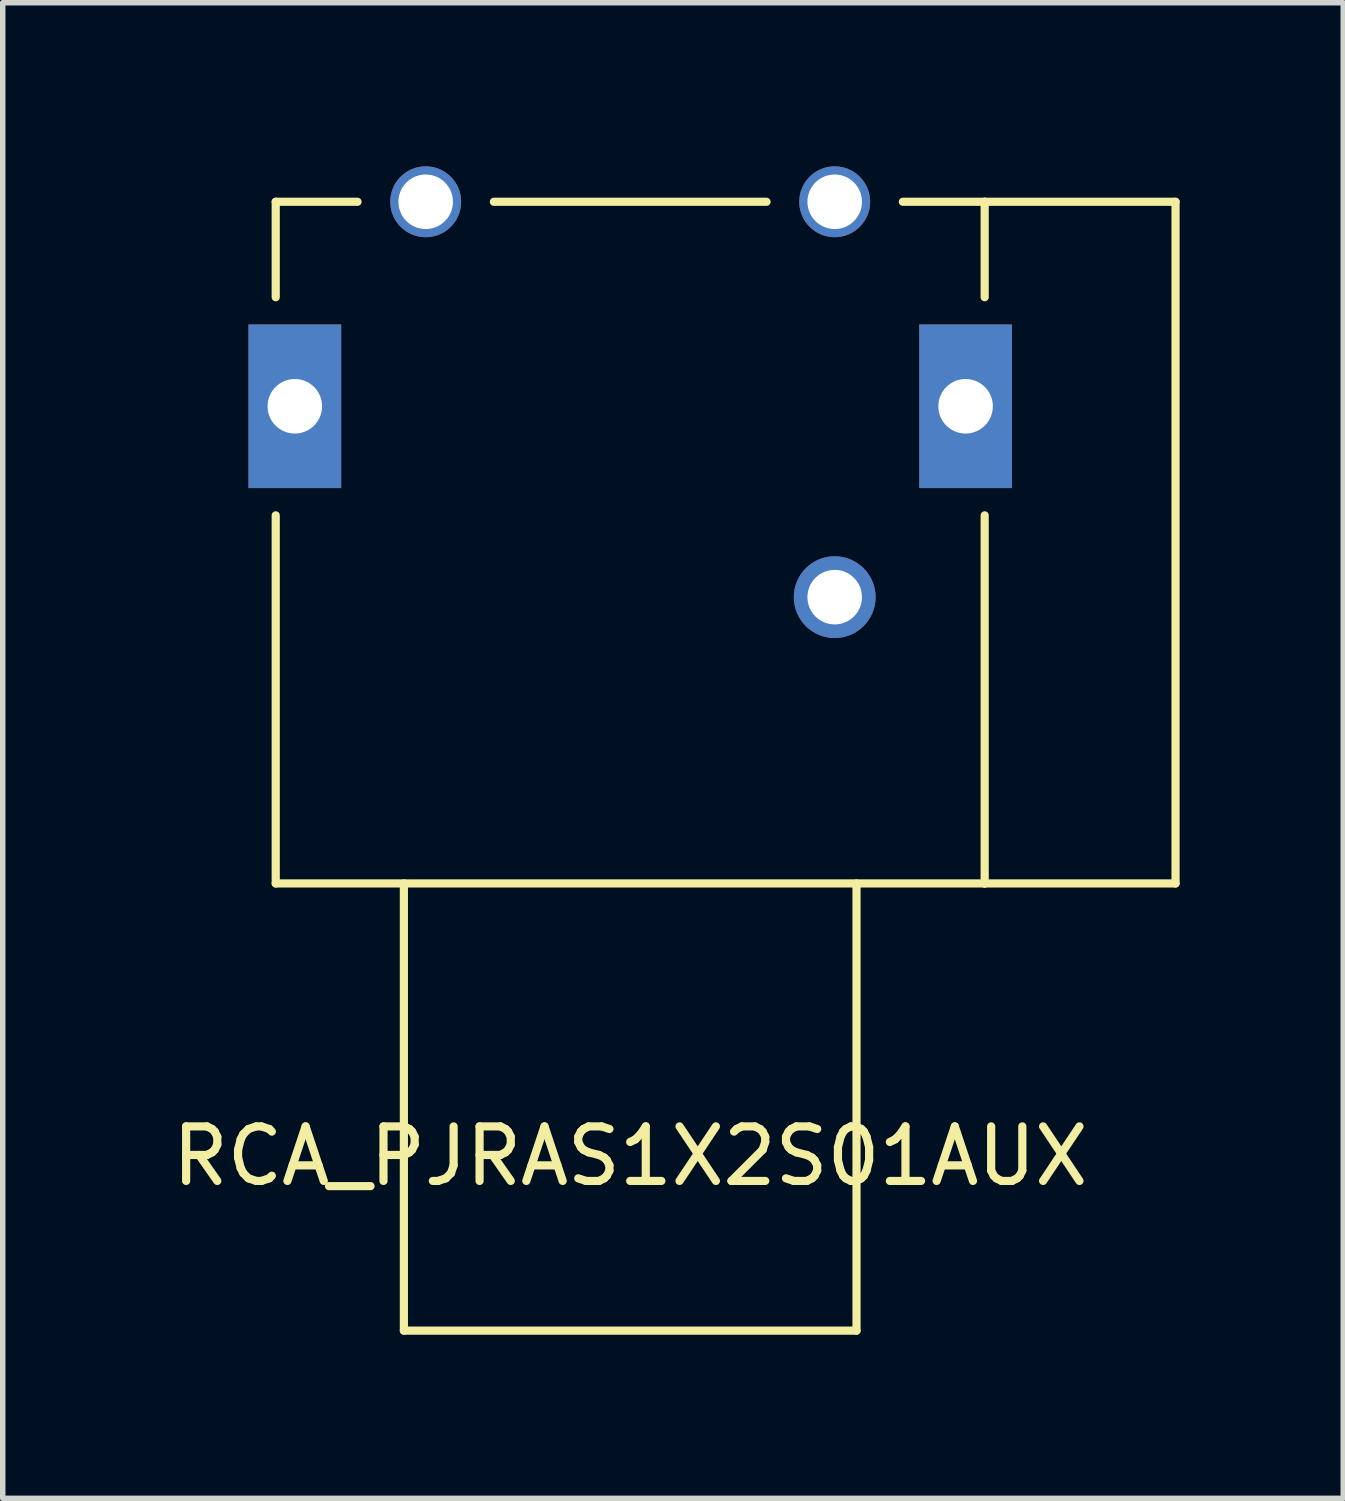
<source format=kicad_pcb>
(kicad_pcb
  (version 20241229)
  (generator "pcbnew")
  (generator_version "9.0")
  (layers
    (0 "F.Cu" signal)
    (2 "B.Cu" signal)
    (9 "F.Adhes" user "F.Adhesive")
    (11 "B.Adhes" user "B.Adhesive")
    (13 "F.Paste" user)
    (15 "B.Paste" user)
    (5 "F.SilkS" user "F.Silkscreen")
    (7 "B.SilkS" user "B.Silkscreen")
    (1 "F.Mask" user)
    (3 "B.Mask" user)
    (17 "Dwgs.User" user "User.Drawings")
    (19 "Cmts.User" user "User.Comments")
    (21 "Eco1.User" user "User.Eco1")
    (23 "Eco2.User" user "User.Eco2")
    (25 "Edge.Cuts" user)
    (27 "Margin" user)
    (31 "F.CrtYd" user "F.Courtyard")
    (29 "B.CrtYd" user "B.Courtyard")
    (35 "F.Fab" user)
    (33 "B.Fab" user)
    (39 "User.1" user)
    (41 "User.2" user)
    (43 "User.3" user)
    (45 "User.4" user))
  (footprint "RCA_PJRAS1X2S01AUX"
    (layer "F.Cu")
    (at 8.506 13.15)
    (property "Reference" "RCA_PJRAS1X2S01AUX" (at 0 5 0) (layer "F.SilkS") (effects (font (size 1 1) (thickness 0.15))))
    (attr through_hole)
    (fp_line (start -6.5 -12.5) (end -6.5 -10.75) (stroke (width 0.15) (type solid)) (layer "F.SilkS"))
    (fp_line (start -6.5 -12.5) (end -5 -12.5) (stroke (width 0.15) (type solid)) (layer "F.SilkS"))
    (fp_line (start -6.5 -6.75) (end -6.5 0) (stroke (width 0.15) (type solid)) (layer "F.SilkS"))
    (fp_line (start -6.5 0) (end 6.5 0) (stroke (width 0.15) (type solid)) (layer "F.SilkS"))
    (fp_line (start -4.15 0) (end -4.15 8.2) (stroke (width 0.15) (type solid)) (layer "F.SilkS"))
    (fp_line (start -2.5 -12.5) (end 2.5 -12.5) (stroke (width 0.15) (type solid)) (layer "F.SilkS"))
    (fp_line (start 4.15 0) (end 4.15 8.2) (stroke (width 0.15) (type solid)) (layer "F.SilkS"))
    (fp_line (start 4.15 8.2) (end -4.15 8.2) (stroke (width 0.15) (type solid)) (layer "F.SilkS"))
    (fp_line (start 5 -12.5) (end 6.5 -12.5) (stroke (width 0.15) (type solid)) (layer "F.SilkS"))
    (fp_line (start 6.5 -12.5) (end 6.5 -10.75) (stroke (width 0.15) (type solid)) (layer "F.SilkS"))
    (fp_line (start 6.5 -12.5) (end 10 -12.5) (stroke (width 0.15) (type solid)) (layer "F.SilkS"))
    (fp_line (start 6.5 -6.75) (end 6.5 0) (stroke (width 0.15) (type solid)) (layer "F.SilkS"))
    (fp_line (start 10 -12.5) (end 10 0) (stroke (width 0.15) (type solid)) (layer "F.SilkS"))
    (fp_line (start 10 0) (end 6.5 0) (stroke (width 0.15) (type solid)) (layer "F.SilkS"))
    (pad "" np_thru_hole rect (at -6.15 -8.75) (size 1.7 3) (drill 1) (layers "*.Cu" "*.Mask"))
    (pad "" np_thru_hole rect (at 6.15 -8.75) (size 1.7 3) (drill 1) (layers "*.Cu" "*.Mask"))
    (pad "1" thru_hole circle (at 3.75 -12.5) (size 1.3 1.3) (drill 1) (layers "*.Cu" "*.Mask"))
    (pad "2" thru_hole circle (at -3.75 -12.5) (size 1.3 1.3) (drill 1) (layers "*.Cu" "*.Mask"))
    (pad "3" thru_hole circle (at 3.75 -5.25) (size 1.5 1.5) (drill 1) (layers "*.Cu" "*.Mask")))
  (gr_rect
    (start -3 -3)
    (end 21.581 24.425)
    (stroke (width 0.1) (type default))
    (fill no)
    (layer "Edge.Cuts")))
</source>
